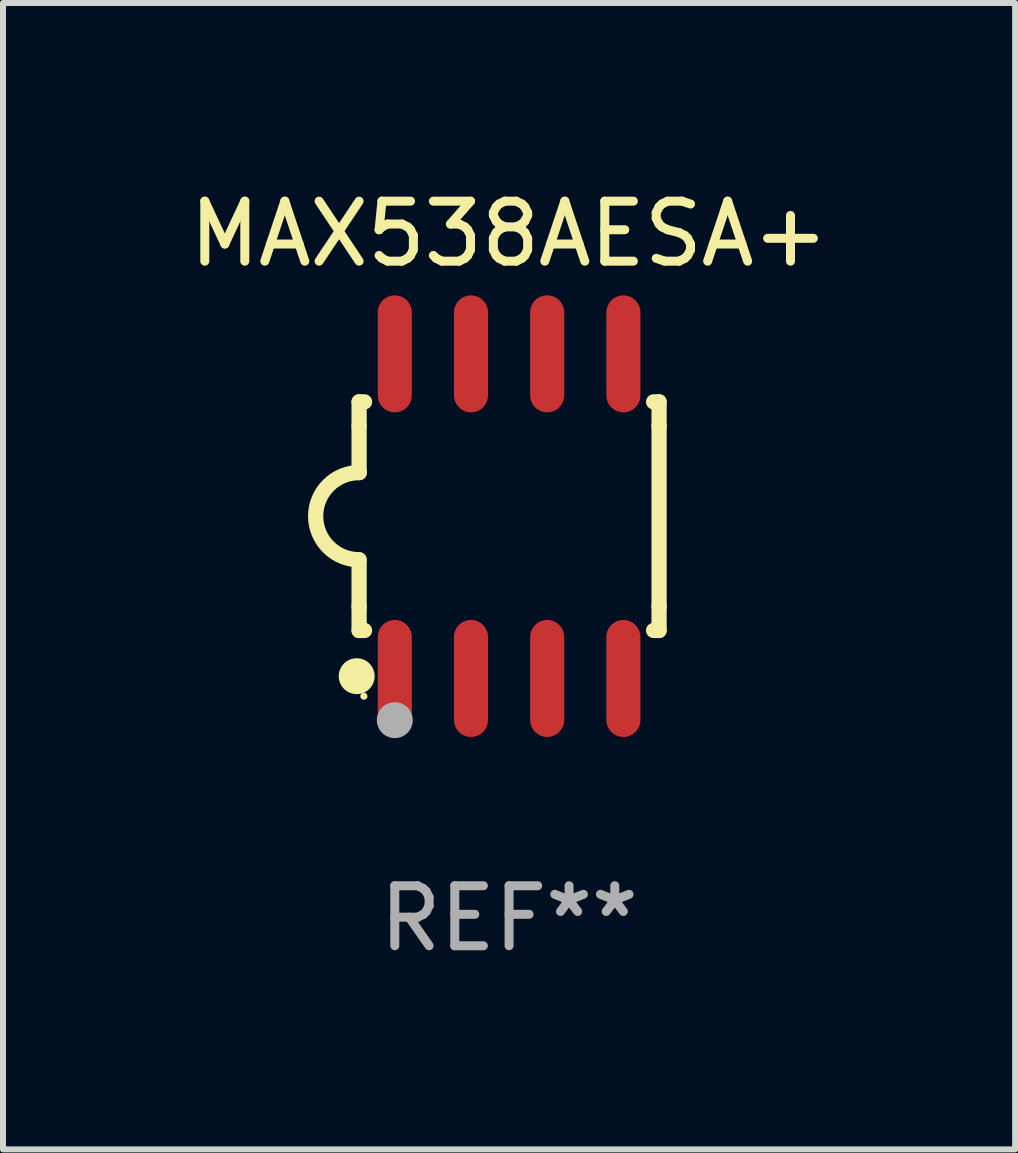
<source format=kicad_pcb>
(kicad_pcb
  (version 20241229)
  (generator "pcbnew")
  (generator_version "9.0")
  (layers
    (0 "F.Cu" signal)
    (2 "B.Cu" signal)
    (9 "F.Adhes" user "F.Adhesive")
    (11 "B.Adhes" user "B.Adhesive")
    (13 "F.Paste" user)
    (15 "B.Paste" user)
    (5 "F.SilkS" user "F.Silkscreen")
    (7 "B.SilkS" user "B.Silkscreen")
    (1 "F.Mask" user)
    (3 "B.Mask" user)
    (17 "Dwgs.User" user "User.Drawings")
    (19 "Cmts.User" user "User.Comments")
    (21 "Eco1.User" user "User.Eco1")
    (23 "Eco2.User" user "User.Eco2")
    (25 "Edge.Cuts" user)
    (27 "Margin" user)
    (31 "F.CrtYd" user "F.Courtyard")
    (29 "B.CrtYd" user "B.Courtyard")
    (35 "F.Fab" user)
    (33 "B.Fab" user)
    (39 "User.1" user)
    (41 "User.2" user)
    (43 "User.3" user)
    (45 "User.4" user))
  (footprint "MAX538AESA+"
    (layer "F.Cu")
    (at 5.435 5.553)
    (property "Reference" "MAX538AESA+" (at 0 -4.705 0) (layer "F.SilkS") (effects (font (size 1 1) (thickness 0.15))))
    (attr through_hole)
    (fp_line (start -2.5 -1.905) (end -2.409 -1.905) (stroke (width 0.254) (type solid)) (layer "F.SilkS"))
    (fp_line (start -2.5 -1.5) (end -2.5 -1.905) (stroke (width 0.254) (type solid)) (layer "F.SilkS"))
    (fp_line (start -2.5 -1.5) (end -2.5 -0.726) (stroke (width 0.254) (type solid)) (layer "F.SilkS"))
    (fp_line (start -2.5 1.5) (end -2.5 0.727) (stroke (width 0.254) (type solid)) (layer "F.SilkS"))
    (fp_line (start -2.5 1.5) (end -2.5 1.905) (stroke (width 0.254) (type solid)) (layer "F.SilkS"))
    (fp_line (start -2.5 1.905) (end -2.409 1.905) (stroke (width 0.254) (type solid)) (layer "F.SilkS"))
    (fp_line (start 2.5 -1.905) (end 2.409 -1.905) (stroke (width 0.254) (type solid)) (layer "F.SilkS"))
    (fp_line (start 2.5 -1.5) (end 2.5 -1.905) (stroke (width 0.254) (type solid)) (layer "F.SilkS"))
    (fp_line (start 2.5 -1.5) (end 2.5 1.5) (stroke (width 0.254) (type solid)) (layer "F.SilkS"))
    (fp_line (start 2.5 1.5) (end 2.5 1.905) (stroke (width 0.254) (type solid)) (layer "F.SilkS"))
    (fp_line (start 2.5 1.905) (end 2.409 1.905) (stroke (width 0.254) (type solid)) (layer "F.SilkS"))
    (fp_arc (start -2.5 0.726568) (mid -3.220316 -0.0023) (end -2.495097 -0.726289) (stroke (width 0.254001) (type solid)) (layer "F.SilkS"))
    (fp_circle (center -2.54 2.667) (end -2.39 2.667) (stroke (width 0.3) (type solid)) (fill no) (layer "F.SilkS"))
    (fp_circle (center -2.42 3) (end -2.39 3) (stroke (width 0.06) (type solid)) (fill no) (layer "F.SilkS"))
    (fp_circle (center -1.905 3.4) (end -1.755 3.4) (stroke (width 0.3) (type solid)) (fill no) (layer "F.Fab"))
    (fp_text user "REF**" (at 0 6.705 0) (layer "F.Fab") (effects (font (size 1 1) (thickness 0.15))))
    (pad "1" smd oval (at -1.905 2.705) (size 0.568 1.95) (layers "F.Cu" "F.Mask" "F.Paste"))
    (pad "2" smd oval (at -0.635 2.705) (size 0.568 1.95) (layers "F.Cu" "F.Mask" "F.Paste"))
    (pad "3" smd oval (at 0.635 2.705) (size 0.568 1.95) (layers "F.Cu" "F.Mask" "F.Paste"))
    (pad "4" smd oval (at 1.905 2.705) (size 0.568 1.95) (layers "F.Cu" "F.Mask" "F.Paste"))
    (pad "5" smd oval (at 1.905 -2.705) (size 0.568 1.95) (layers "F.Cu" "F.Mask" "F.Paste"))
    (pad "6" smd oval (at 0.635 -2.705) (size 0.568 1.95) (layers "F.Cu" "F.Mask" "F.Paste"))
    (pad "7" smd oval (at -0.635 -2.705) (size 0.568 1.95) (layers "F.Cu" "F.Mask" "F.Paste"))
    (pad "8" smd oval (at -1.905 -2.705) (size 0.568 1.95) (layers "F.Cu" "F.Mask" "F.Paste")))
  (gr_rect
    (start -3 -3)
    (end 13.869 16.107)
    (stroke (width 0.1) (type default))
    (fill no)
    (layer "Edge.Cuts")))
</source>
